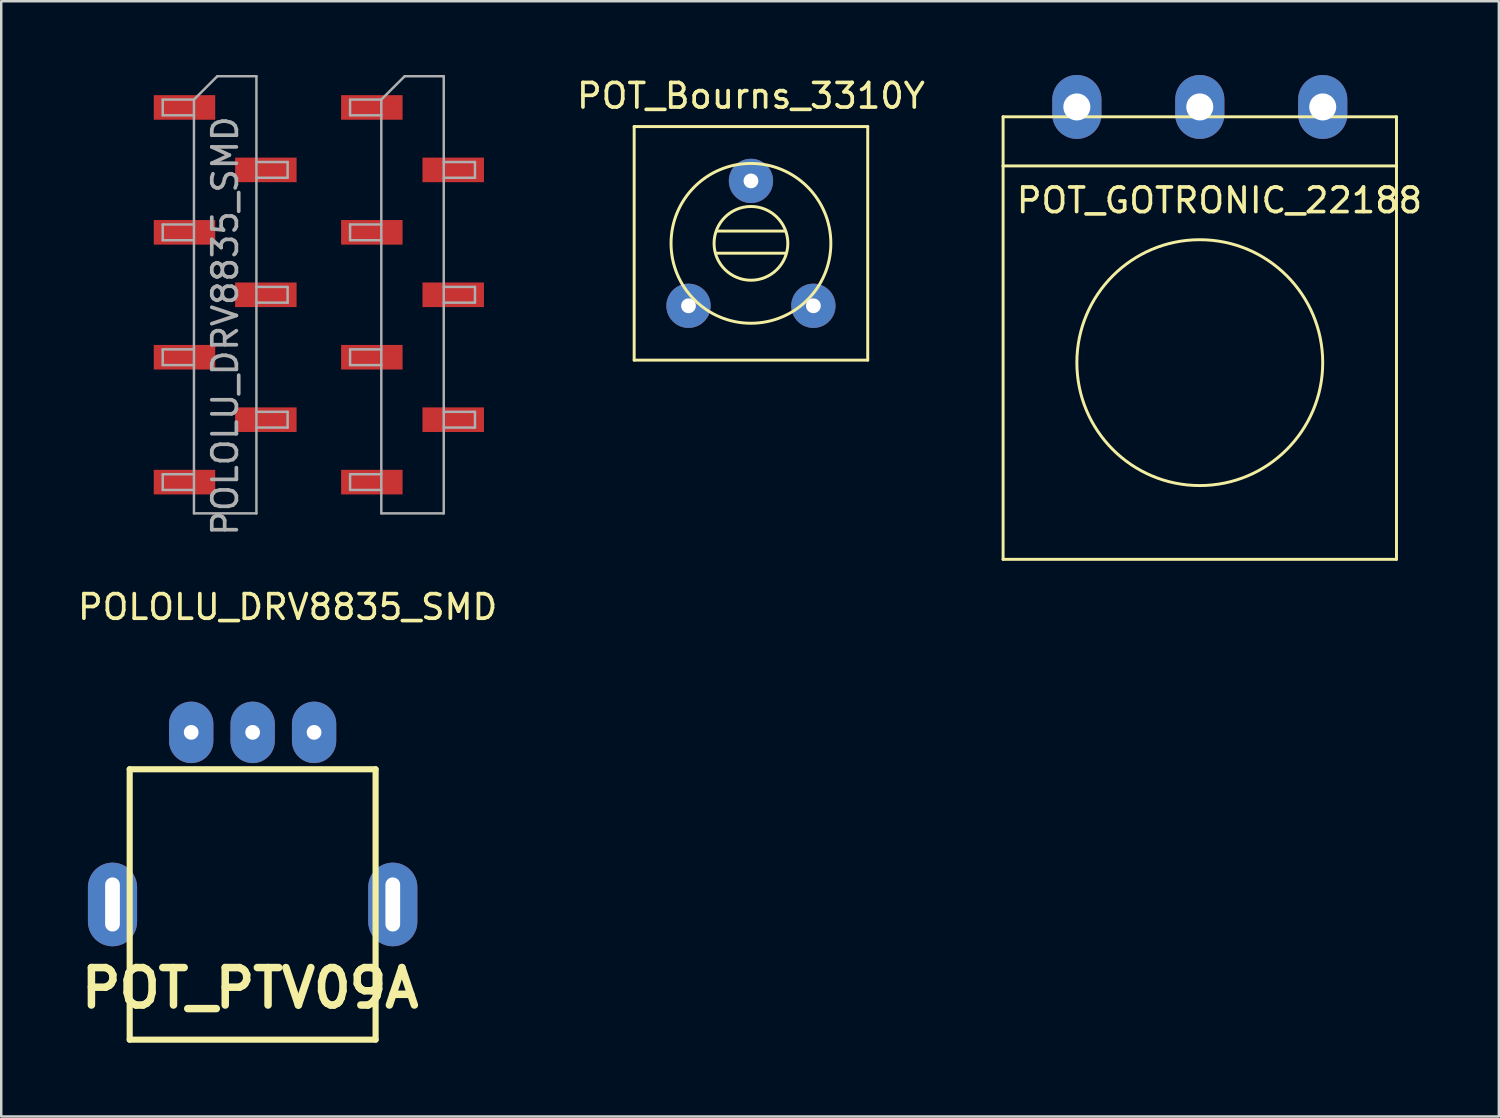
<source format=kicad_pcb>
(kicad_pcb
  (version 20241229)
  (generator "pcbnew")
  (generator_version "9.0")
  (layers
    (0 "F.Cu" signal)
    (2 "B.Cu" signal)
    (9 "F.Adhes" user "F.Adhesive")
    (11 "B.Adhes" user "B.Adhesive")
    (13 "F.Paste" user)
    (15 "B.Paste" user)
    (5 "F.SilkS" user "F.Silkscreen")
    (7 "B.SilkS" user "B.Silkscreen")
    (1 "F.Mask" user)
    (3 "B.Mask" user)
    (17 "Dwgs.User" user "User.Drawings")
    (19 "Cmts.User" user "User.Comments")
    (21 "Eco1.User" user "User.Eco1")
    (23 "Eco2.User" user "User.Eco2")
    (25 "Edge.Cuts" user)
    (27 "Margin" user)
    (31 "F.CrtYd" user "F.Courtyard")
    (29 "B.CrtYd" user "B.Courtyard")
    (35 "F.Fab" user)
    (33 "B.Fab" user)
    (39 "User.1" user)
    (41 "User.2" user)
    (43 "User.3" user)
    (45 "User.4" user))
  (footprint "POLOLU_DRV8835_SMD"
    (layer "F.Cu")
    (at 6.109 10.21)
    (property "Reference" "POLOLU_DRV8835_SMD" (at 2.54 11.43 0) (layer "F.SilkS") (effects (font (size 1 1) (thickness 0.15))))
    (attr smd)
    (fp_line (start -2.54 -9.21) (end -2.54 -8.57) (stroke (width 0.1) (type solid)) (layer "F.Fab"))
    (fp_line (start -2.54 -8.57) (end -1.27 -8.57) (stroke (width 0.1) (type solid)) (layer "F.Fab"))
    (fp_line (start -2.54 -4.13) (end -2.54 -3.49) (stroke (width 0.1) (type solid)) (layer "F.Fab"))
    (fp_line (start -2.54 -3.49) (end -1.27 -3.49) (stroke (width 0.1) (type solid)) (layer "F.Fab"))
    (fp_line (start -2.54 0.95) (end -2.54 1.59) (stroke (width 0.1) (type solid)) (layer "F.Fab"))
    (fp_line (start -2.54 1.59) (end -1.27 1.59) (stroke (width 0.1) (type solid)) (layer "F.Fab"))
    (fp_line (start -2.54 6.03) (end -2.54 6.67) (stroke (width 0.1) (type solid)) (layer "F.Fab"))
    (fp_line (start -2.54 6.67) (end -1.27 6.67) (stroke (width 0.1) (type solid)) (layer "F.Fab"))
    (fp_line (start -1.27 -9.21) (end -2.54 -9.21) (stroke (width 0.1) (type solid)) (layer "F.Fab"))
    (fp_line (start -1.27 -9.21) (end -0.32 -10.16) (stroke (width 0.1) (type solid)) (layer "F.Fab"))
    (fp_line (start -1.27 -4.13) (end -2.54 -4.13) (stroke (width 0.1) (type solid)) (layer "F.Fab"))
    (fp_line (start -1.27 0.95) (end -2.54 0.95) (stroke (width 0.1) (type solid)) (layer "F.Fab"))
    (fp_line (start -1.27 6.03) (end -2.54 6.03) (stroke (width 0.1) (type solid)) (layer "F.Fab"))
    (fp_line (start -1.27 7.62) (end -1.27 -9.21) (stroke (width 0.1) (type solid)) (layer "F.Fab"))
    (fp_line (start -0.32 -10.16) (end 1.27 -10.16) (stroke (width 0.1) (type solid)) (layer "F.Fab"))
    (fp_line (start 1.27 -10.16) (end 1.27 7.62) (stroke (width 0.1) (type solid)) (layer "F.Fab"))
    (fp_line (start 1.27 -6.67) (end 2.54 -6.67) (stroke (width 0.1) (type solid)) (layer "F.Fab"))
    (fp_line (start 1.27 -1.59) (end 2.54 -1.59) (stroke (width 0.1) (type solid)) (layer "F.Fab"))
    (fp_line (start 1.27 3.49) (end 2.54 3.49) (stroke (width 0.1) (type solid)) (layer "F.Fab"))
    (fp_line (start 1.27 7.62) (end -1.27 7.62) (stroke (width 0.1) (type solid)) (layer "F.Fab"))
    (fp_line (start 2.54 -6.67) (end 2.54 -6.03) (stroke (width 0.1) (type solid)) (layer "F.Fab"))
    (fp_line (start 2.54 -6.03) (end 1.27 -6.03) (stroke (width 0.1) (type solid)) (layer "F.Fab"))
    (fp_line (start 2.54 -1.59) (end 2.54 -0.95) (stroke (width 0.1) (type solid)) (layer "F.Fab"))
    (fp_line (start 2.54 -0.95) (end 1.27 -0.95) (stroke (width 0.1) (type solid)) (layer "F.Fab"))
    (fp_line (start 2.54 3.49) (end 2.54 4.13) (stroke (width 0.1) (type solid)) (layer "F.Fab"))
    (fp_line (start 2.54 4.13) (end 1.27 4.13) (stroke (width 0.1) (type solid)) (layer "F.Fab"))
    (fp_line (start 5.08 -9.21) (end 5.08 -8.57) (stroke (width 0.1) (type solid)) (layer "F.Fab"))
    (fp_line (start 5.08 -8.57) (end 6.35 -8.57) (stroke (width 0.1) (type solid)) (layer "F.Fab"))
    (fp_line (start 5.08 -4.13) (end 5.08 -3.49) (stroke (width 0.1) (type solid)) (layer "F.Fab"))
    (fp_line (start 5.08 -3.49) (end 6.35 -3.49) (stroke (width 0.1) (type solid)) (layer "F.Fab"))
    (fp_line (start 5.08 0.95) (end 5.08 1.59) (stroke (width 0.1) (type solid)) (layer "F.Fab"))
    (fp_line (start 5.08 1.59) (end 6.35 1.59) (stroke (width 0.1) (type solid)) (layer "F.Fab"))
    (fp_line (start 5.08 6.03) (end 5.08 6.67) (stroke (width 0.1) (type solid)) (layer "F.Fab"))
    (fp_line (start 5.08 6.67) (end 6.35 6.67) (stroke (width 0.1) (type solid)) (layer "F.Fab"))
    (fp_line (start 6.35 -9.21) (end 5.08 -9.21) (stroke (width 0.1) (type solid)) (layer "F.Fab"))
    (fp_line (start 6.35 -9.21) (end 7.3 -10.16) (stroke (width 0.1) (type solid)) (layer "F.Fab"))
    (fp_line (start 6.35 -4.13) (end 5.08 -4.13) (stroke (width 0.1) (type solid)) (layer "F.Fab"))
    (fp_line (start 6.35 0.95) (end 5.08 0.95) (stroke (width 0.1) (type solid)) (layer "F.Fab"))
    (fp_line (start 6.35 6.03) (end 5.08 6.03) (stroke (width 0.1) (type solid)) (layer "F.Fab"))
    (fp_line (start 6.35 7.62) (end 6.35 -9.21) (stroke (width 0.1) (type solid)) (layer "F.Fab"))
    (fp_line (start 7.3 -10.16) (end 8.89 -10.16) (stroke (width 0.1) (type solid)) (layer "F.Fab"))
    (fp_line (start 8.89 -10.16) (end 8.89 7.62) (stroke (width 0.1) (type solid)) (layer "F.Fab"))
    (fp_line (start 8.89 -6.67) (end 10.16 -6.67) (stroke (width 0.1) (type solid)) (layer "F.Fab"))
    (fp_line (start 8.89 -1.59) (end 10.16 -1.59) (stroke (width 0.1) (type solid)) (layer "F.Fab"))
    (fp_line (start 8.89 3.49) (end 10.16 3.49) (stroke (width 0.1) (type solid)) (layer "F.Fab"))
    (fp_line (start 8.89 7.62) (end 6.35 7.62) (stroke (width 0.1) (type solid)) (layer "F.Fab"))
    (fp_line (start 10.16 -6.67) (end 10.16 -6.03) (stroke (width 0.1) (type solid)) (layer "F.Fab"))
    (fp_line (start 10.16 -6.03) (end 8.89 -6.03) (stroke (width 0.1) (type solid)) (layer "F.Fab"))
    (fp_line (start 10.16 -1.59) (end 10.16 -0.95) (stroke (width 0.1) (type solid)) (layer "F.Fab"))
    (fp_line (start 10.16 -0.95) (end 8.89 -0.95) (stroke (width 0.1) (type solid)) (layer "F.Fab"))
    (fp_line (start 10.16 3.49) (end 10.16 4.13) (stroke (width 0.1) (type solid)) (layer "F.Fab"))
    (fp_line (start 10.16 4.13) (end 8.89 4.13) (stroke (width 0.1) (type solid)) (layer "F.Fab"))
    (fp_text user "${REFERENCE}" (at 0 0 90) (layer "F.Fab") (effects (font (size 1 1) (thickness 0.15))))
    (pad "1" smd rect (at -1.655 -8.89) (size 2.5 1) (layers "F.Cu" "F.Mask" "F.Paste"))
    (pad "2" smd rect (at 1.655 -6.35) (size 2.5 1) (layers "F.Cu" "F.Mask" "F.Paste"))
    (pad "3" smd rect (at -1.655 -3.81) (size 2.5 1) (layers "F.Cu" "F.Mask" "F.Paste"))
    (pad "4" smd rect (at 1.655 -1.27) (size 2.5 1) (layers "F.Cu" "F.Mask" "F.Paste"))
    (pad "5" smd rect (at -1.655 1.27) (size 2.5 1) (layers "F.Cu" "F.Mask" "F.Paste"))
    (pad "6" smd rect (at 1.655 3.81) (size 2.5 1) (layers "F.Cu" "F.Mask" "F.Paste"))
    (pad "7" smd rect (at -1.655 6.35) (size 2.5 1) (layers "F.Cu" "F.Mask" "F.Paste"))
    (pad "8" smd rect (at 5.965 6.35) (size 2.5 1) (layers "F.Cu" "F.Mask" "F.Paste"))
    (pad "9" smd rect (at 9.275 3.81) (size 2.5 1) (layers "F.Cu" "F.Mask" "F.Paste"))
    (pad "10" smd rect (at 5.965 1.27) (size 2.5 1) (layers "F.Cu" "F.Mask" "F.Paste"))
    (pad "11" smd rect (at 9.275 -1.27) (size 2.5 1) (layers "F.Cu" "F.Mask" "F.Paste"))
    (pad "12" smd rect (at 5.965 -3.81) (size 2.5 1) (layers "F.Cu" "F.Mask" "F.Paste"))
    (pad "13" smd rect (at 9.275 -6.35) (size 2.5 1) (layers "F.Cu" "F.Mask" "F.Paste"))
    (pad "14" smd rect (at 5.965 -8.89) (size 2.5 1) (layers "F.Cu" "F.Mask" "F.Paste")))
  (footprint "POT_GOTRONIC_22188"
    (layer "F.Cu")
    (at 45.75 11.7)
    (property "Reference" "POT_GOTRONIC_22188" (at 0.8 -6.6 0) (layer "F.SilkS") (effects (font (size 1 1) (thickness 0.15))))
    (attr through_hole)
    (fp_line (start -8 -10) (end 8 -10) (stroke (width 0.12) (type solid)) (layer "F.SilkS"))
    (fp_line (start -8 -8) (end -8 -10) (stroke (width 0.12) (type solid)) (layer "F.SilkS"))
    (fp_line (start -8 -8) (end 8 -8) (stroke (width 0.12) (type solid)) (layer "F.SilkS"))
    (fp_line (start -8 8) (end -8 -8) (stroke (width 0.12) (type solid)) (layer "F.SilkS"))
    (fp_line (start 8 -10) (end 8 -8) (stroke (width 0.12) (type solid)) (layer "F.SilkS"))
    (fp_line (start 8 -8) (end 8 8) (stroke (width 0.12) (type solid)) (layer "F.SilkS"))
    (fp_line (start 8 8) (end -8 8) (stroke (width 0.12) (type solid)) (layer "F.SilkS"))
    (fp_circle (center 0 0) (end 5 0) (stroke (width 0.12) (type solid)) (fill no) (layer "F.SilkS"))
    (pad "1" thru_hole oval (at -5 -10.4) (size 2 2.6) (drill 1.1) (layers "*.Cu" "*.Mask"))
    (pad "2" thru_hole oval (at 0 -10.4) (size 2 2.6) (drill 1.1) (layers "*.Cu" "*.Mask"))
    (pad "3" thru_hole oval (at 5 -10.4) (size 2 2.6) (drill 1.1) (layers "*.Cu" "*.Mask")))
  (footprint "POT_PTV09A"
    (layer "F.Cu")
    (at 7.226 33.738)
    (property "Reference" "POT_PTV09A" (at -0.099 3.401 0) (layer "F.SilkS") (effects (font (size 1.524 1.524) (thickness 0.305))))
    (attr through_hole)
    (fp_line (start -5.001 -5.499) (end 5.001 -5.499) (stroke (width 0.249) (type solid)) (layer "F.SilkS"))
    (fp_line (start -5.001 5.499) (end -5.001 -5.499) (stroke (width 0.249) (type solid)) (layer "F.SilkS"))
    (fp_line (start 5.001 -5.499) (end 5.001 5.499) (stroke (width 0.249) (type solid)) (layer "F.SilkS"))
    (fp_line (start 5.001 5.499) (end -5.001 5.499) (stroke (width 0.249) (type solid)) (layer "F.SilkS"))
    (pad "" thru_hole oval (at -5.7 0) (size 1.999 3.401) (drill oval 0.599 2.2) (layers "*.Cu" "*.Mask"))
    (pad "" thru_hole oval (at 5.7 0) (size 1.999 3.401) (drill oval 0.599 2.2) (layers "*.Cu" "*.Mask"))
    (pad "1" thru_hole oval (at -2.499 -7) (size 1.801 2.499) (drill 0.599) (layers "*.Cu" "*.Mask"))
    (pad "2" thru_hole oval (at 0 -7) (size 1.801 2.499) (drill 0.599) (layers "*.Cu" "*.Mask"))
    (pad "3" thru_hole oval (at 2.499 -7) (size 1.801 2.499) (drill 0.599) (layers "*.Cu" "*.Mask")))
  (footprint "POT_Bourns_3310Y"
    (layer "F.Cu")
    (at 27.494 6.848)
    (property "Reference" "POT_Bourns_3310Y" (at 0 -6 0) (layer "F.SilkS") (effects (font (size 1 1) (thickness 0.15))))
    (attr through_hole)
    (fp_line (start -4.75 -4.75) (end 4.75 -4.75) (stroke (width 0.12) (type solid)) (layer "F.SilkS"))
    (fp_line (start -4.75 4.75) (end -4.75 -4.75) (stroke (width 0.12) (type solid)) (layer "F.SilkS"))
    (fp_line (start -1.4 -0.5) (end 1.4 -0.5) (stroke (width 0.12) (type solid)) (layer "F.SilkS"))
    (fp_line (start -1.4 0.4) (end 1.4 0.4) (stroke (width 0.12) (type solid)) (layer "F.SilkS"))
    (fp_line (start 4.75 -4.75) (end 4.75 4.75) (stroke (width 0.12) (type solid)) (layer "F.SilkS"))
    (fp_line (start 4.75 4.75) (end -4.75 4.75) (stroke (width 0.12) (type solid)) (layer "F.SilkS"))
    (fp_circle (center 0 0) (end 0 1.5) (stroke (width 0.12) (type solid)) (fill no) (layer "F.SilkS"))
    (fp_circle (center 0 0) (end 0 3.25) (stroke (width 0.12) (type solid)) (fill no) (layer "F.SilkS"))
    (pad "1" thru_hole circle (at -2.54 2.54) (size 1.8 1.8) (drill 0.6) (layers "*.Cu" "*.Mask"))
    (pad "2" thru_hole circle (at 0 -2.54) (size 1.8 1.8) (drill 0.6) (layers "*.Cu" "*.Mask"))
    (pad "3" thru_hole circle (at 2.54 2.54) (size 1.8 1.8) (drill 0.6) (layers "*.Cu" "*.Mask")))
  (gr_rect
    (start -3 -3)
    (end 57.914 42.362)
    (stroke (width 0.1) (type default))
    (fill no)
    (layer "Edge.Cuts")))
</source>
